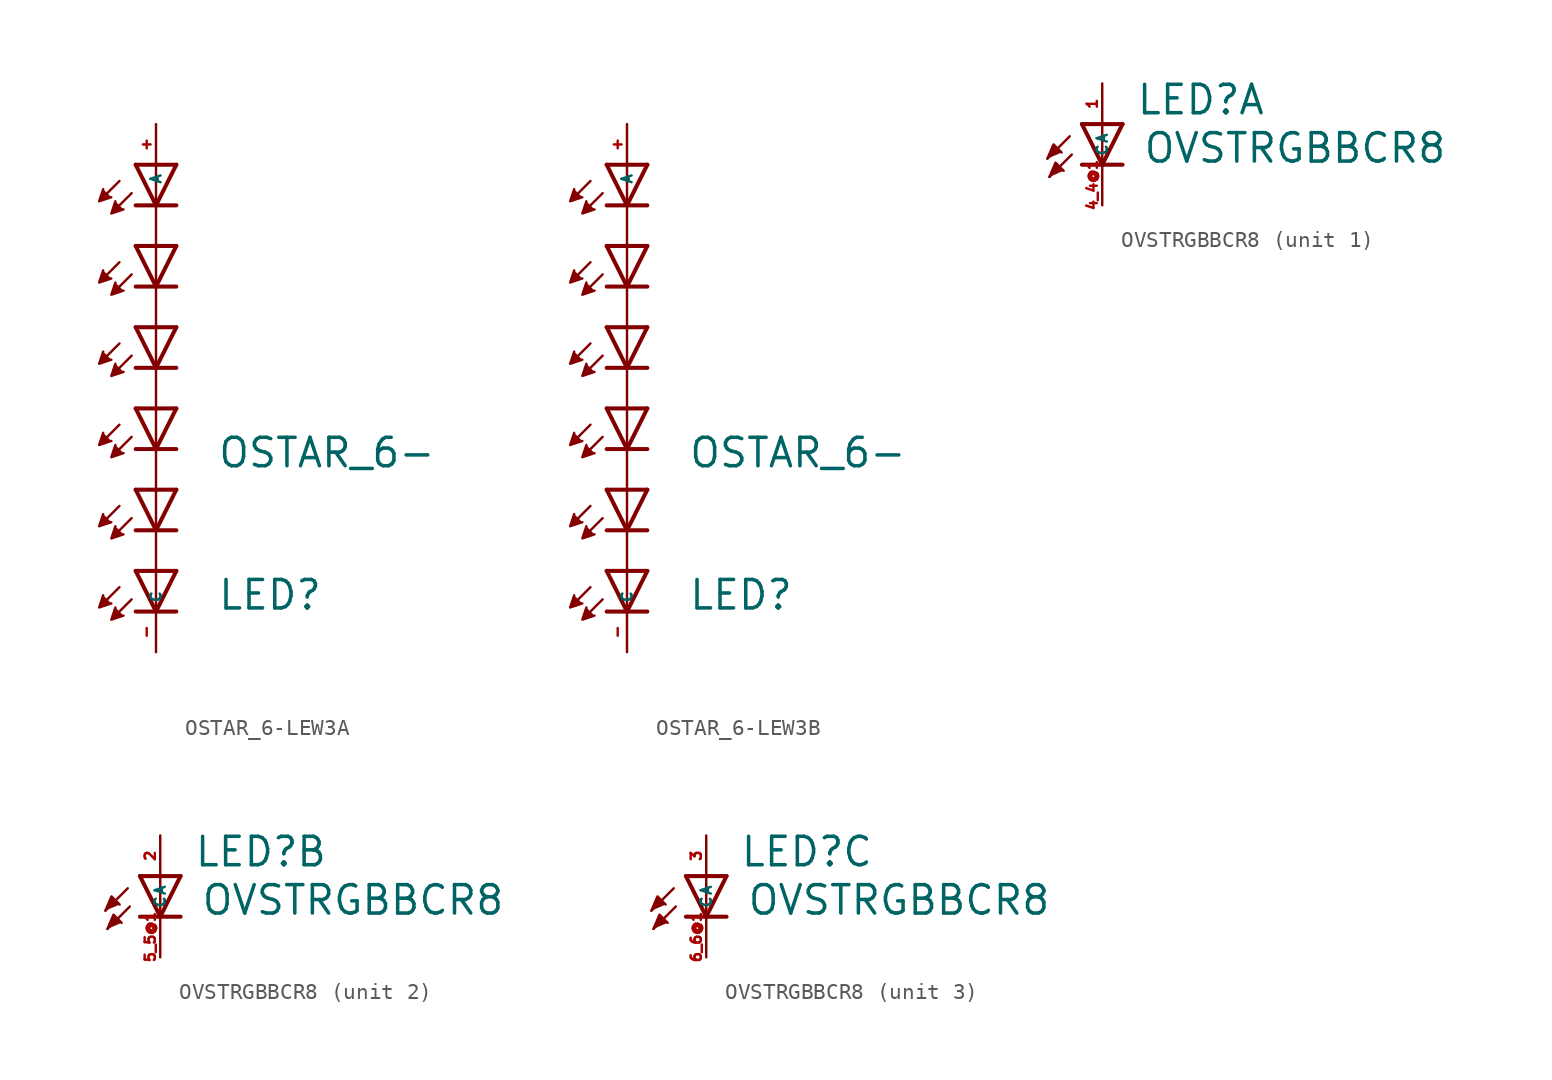
<source format=kicad_sym>
(kicad_symbol_lib
  (version 20220914)
  (generator kicad_symbol_editor)
  (symbol "OSTAR_6-LEW3A"
    (property "Reference" "LED"
      (at 3.81 -12.7 0)
      (effects (font (size 1.778 1.778) (thickness 0.22)) (justify left bottom)))
    (property "Value" "OSTAR_6-"
      (at 3.81 -3.81 0)
      (effects (font (size 1.778 1.778) (thickness 0.22)) (justify left bottom)))
    (symbol "OSTAR_6-LEW3A_1_1"
      (polyline (pts (xy -2.286 -11.176) (xy -3.175 -12.065)) (stroke (width 0.152) (type default)) (fill (type none)))
      (polyline (pts (xy -2.286 -6.096) (xy -3.175 -6.985)) (stroke (width 0.152) (type default)) (fill (type none)))
      (polyline (pts (xy -2.286 -1.016) (xy -3.175 -1.905)) (stroke (width 0.152) (type default)) (fill (type none)))
      (polyline (pts (xy -2.286 4.064) (xy -3.175 3.175)) (stroke (width 0.152) (type default)) (fill (type none)))
      (polyline (pts (xy -2.286 9.144) (xy -3.175 8.255)) (stroke (width 0.152) (type default)) (fill (type none)))
      (polyline (pts (xy -2.286 14.224) (xy -3.175 13.335)) (stroke (width 0.152) (type default)) (fill (type none)))
      (polyline (pts (xy -1.524 -11.938) (xy -2.413 -12.827)) (stroke (width 0.152) (type default)) (fill (type none)))
      (polyline (pts (xy -1.524 -6.858) (xy -2.413 -7.747)) (stroke (width 0.152) (type default)) (fill (type none)))
      (polyline (pts (xy -1.524 -1.778) (xy -2.413 -2.667)) (stroke (width 0.152) (type default)) (fill (type none)))
      (polyline (pts (xy -1.524 3.302) (xy -2.413 2.413)) (stroke (width 0.152) (type default)) (fill (type none)))
      (polyline (pts (xy -1.524 8.382) (xy -2.413 7.493)) (stroke (width 0.152) (type default)) (fill (type none)))
      (polyline (pts (xy -1.524 13.462) (xy -2.413 12.573)) (stroke (width 0.152) (type default)) (fill (type none)))
      (polyline (pts (xy 0 -12.7) (xy -1.27 -12.7)) (stroke (width 0.254) (type default)) (fill (type none)))
      (polyline (pts (xy 0 -12.7) (xy -1.27 -10.16)) (stroke (width 0.254) (type default)) (fill (type none)))
      (polyline (pts (xy 0 -10.16) (xy -1.27 -10.16)) (stroke (width 0.254) (type default)) (fill (type none)))
      (polyline (pts (xy 0 -10.16) (xy 0 -12.7)) (stroke (width 0.152) (type default)) (fill (type none)))
      (polyline (pts (xy 0 -7.62) (xy -1.27 -7.62)) (stroke (width 0.254) (type default)) (fill (type none)))
      (polyline (pts (xy 0 -7.62) (xy -1.27 -5.08)) (stroke (width 0.254) (type default)) (fill (type none)))
      (polyline (pts (xy 0 -7.62) (xy 0 -10.16)) (stroke (width 0.152) (type default)) (fill (type none)))
      (polyline (pts (xy 0 -5.08) (xy -1.27 -5.08)) (stroke (width 0.254) (type default)) (fill (type none)))
      (polyline (pts (xy 0 -5.08) (xy 0 -7.62)) (stroke (width 0.152) (type default)) (fill (type none)))
      (polyline (pts (xy 0 -2.54) (xy -1.27 -2.54)) (stroke (width 0.254) (type default)) (fill (type none)))
      (polyline (pts (xy 0 -2.54) (xy -1.27 0)) (stroke (width 0.254) (type default)) (fill (type none)))
      (polyline (pts (xy 0 -2.54) (xy 0 -5.08)) (stroke (width 0.152) (type default)) (fill (type none)))
      (polyline (pts (xy 0 0) (xy -1.27 0)) (stroke (width 0.254) (type default)) (fill (type none)))
      (polyline (pts (xy 0 0) (xy 0 -2.54)) (stroke (width 0.152) (type default)) (fill (type none)))
      (polyline (pts (xy 0 2.54) (xy -1.27 2.54)) (stroke (width 0.254) (type default)) (fill (type none)))
      (polyline (pts (xy 0 2.54) (xy -1.27 5.08)) (stroke (width 0.254) (type default)) (fill (type none)))
      (polyline (pts (xy 0 2.54) (xy 0 0)) (stroke (width 0.152) (type default)) (fill (type none)))
      (polyline (pts (xy 0 5.08) (xy -1.27 5.08)) (stroke (width 0.254) (type default)) (fill (type none)))
      (polyline (pts (xy 0 5.08) (xy 0 2.54)) (stroke (width 0.152) (type default)) (fill (type none)))
      (polyline (pts (xy 0 7.62) (xy -1.27 7.62)) (stroke (width 0.254) (type default)) (fill (type none)))
      (polyline (pts (xy 0 7.62) (xy -1.27 10.16)) (stroke (width 0.254) (type default)) (fill (type none)))
      (polyline (pts (xy 0 7.62) (xy 0 5.08)) (stroke (width 0.152) (type default)) (fill (type none)))
      (polyline (pts (xy 0 10.16) (xy -1.27 10.16)) (stroke (width 0.254) (type default)) (fill (type none)))
      (polyline (pts (xy 0 10.16) (xy 0 7.62)) (stroke (width 0.152) (type default)) (fill (type none)))
      (polyline (pts (xy 0 12.7) (xy -1.27 12.7)) (stroke (width 0.254) (type default)) (fill (type none)))
      (polyline (pts (xy 0 12.7) (xy -1.27 15.24)) (stroke (width 0.254) (type default)) (fill (type none)))
      (polyline (pts (xy 0 12.7) (xy 0 10.16)) (stroke (width 0.152) (type default)) (fill (type none)))
      (polyline (pts (xy 0 15.24) (xy -1.27 15.24)) (stroke (width 0.254) (type default)) (fill (type none)))
      (polyline (pts (xy 0 15.24) (xy 0 12.7)) (stroke (width 0.152) (type default)) (fill (type none)))
      (polyline (pts (xy 1.27 -12.7) (xy 0 -12.7)) (stroke (width 0.254) (type default)) (fill (type none)))
      (polyline (pts (xy 1.27 -10.16) (xy 0 -12.7)) (stroke (width 0.254) (type default)) (fill (type none)))
      (polyline (pts (xy 1.27 -10.16) (xy 0 -10.16)) (stroke (width 0.254) (type default)) (fill (type none)))
      (polyline (pts (xy 1.27 -7.62) (xy 0 -7.62)) (stroke (width 0.254) (type default)) (fill (type none)))
      (polyline (pts (xy 1.27 -5.08) (xy 0 -7.62)) (stroke (width 0.254) (type default)) (fill (type none)))
      (polyline (pts (xy 1.27 -5.08) (xy 0 -5.08)) (stroke (width 0.254) (type default)) (fill (type none)))
      (polyline (pts (xy 1.27 -2.54) (xy 0 -2.54)) (stroke (width 0.254) (type default)) (fill (type none)))
      (polyline (pts (xy 1.27 0) (xy 0 -2.54)) (stroke (width 0.254) (type default)) (fill (type none)))
      (polyline (pts (xy 1.27 0) (xy 0 0)) (stroke (width 0.254) (type default)) (fill (type none)))
      (polyline (pts (xy 1.27 2.54) (xy 0 2.54)) (stroke (width 0.254) (type default)) (fill (type none)))
      (polyline (pts (xy 1.27 5.08) (xy 0 2.54)) (stroke (width 0.254) (type default)) (fill (type none)))
      (polyline (pts (xy 1.27 5.08) (xy 0 5.08)) (stroke (width 0.254) (type default)) (fill (type none)))
      (polyline (pts (xy 1.27 7.62) (xy 0 7.62)) (stroke (width 0.254) (type default)) (fill (type none)))
      (polyline (pts (xy 1.27 10.16) (xy 0 7.62)) (stroke (width 0.254) (type default)) (fill (type none)))
      (polyline (pts (xy 1.27 10.16) (xy 0 10.16)) (stroke (width 0.254) (type default)) (fill (type none)))
      (polyline (pts (xy 1.27 12.7) (xy 0 12.7)) (stroke (width 0.254) (type default)) (fill (type none)))
      (polyline (pts (xy 1.27 15.24) (xy 0 12.7)) (stroke (width 0.254) (type default)) (fill (type none)))
      (polyline (pts (xy 1.27 15.24) (xy 0 15.24)) (stroke (width 0.254) (type default)) (fill (type none)))
      (polyline (pts (xy -3.302 -11.684) (xy -3.556 -12.446) (xy -2.794 -12.192)) (stroke (width 0.152) (type default)) (fill (type outline)))
      (polyline (pts (xy -3.302 -6.604) (xy -3.556 -7.366) (xy -2.794 -7.112)) (stroke (width 0.152) (type default)) (fill (type outline)))
      (polyline (pts (xy -3.302 -1.524) (xy -3.556 -2.286) (xy -2.794 -2.032)) (stroke (width 0.152) (type default)) (fill (type outline)))
      (polyline (pts (xy -3.302 3.556) (xy -3.556 2.794) (xy -2.794 3.048)) (stroke (width 0.152) (type default)) (fill (type outline)))
      (polyline (pts (xy -3.302 8.636) (xy -3.556 7.874) (xy -2.794 8.128)) (stroke (width 0.152) (type default)) (fill (type outline)))
      (polyline (pts (xy -3.302 13.716) (xy -3.556 12.954) (xy -2.794 13.208)) (stroke (width 0.152) (type default)) (fill (type outline)))
      (polyline (pts (xy -2.54 -12.446) (xy -2.794 -13.208) (xy -2.032 -12.954)) (stroke (width 0.152) (type default)) (fill (type outline)))
      (polyline (pts (xy -2.54 -7.366) (xy -2.794 -8.128) (xy -2.032 -7.874)) (stroke (width 0.152) (type default)) (fill (type outline)))
      (polyline (pts (xy -2.54 -2.286) (xy -2.794 -3.048) (xy -2.032 -2.794)) (stroke (width 0.152) (type default)) (fill (type outline)))
      (polyline (pts (xy -2.54 2.794) (xy -2.794 2.032) (xy -2.032 2.286)) (stroke (width 0.152) (type default)) (fill (type outline)))
      (polyline (pts (xy -2.54 7.874) (xy -2.794 7.112) (xy -2.032 7.366)) (stroke (width 0.152) (type default)) (fill (type outline)))
      (polyline (pts (xy -2.54 12.954) (xy -2.794 12.192) (xy -2.032 12.446)) (stroke (width 0.152) (type default)) (fill (type outline)))
      (pin passive line (at 0 17.78 270) (length 2.54) (name "A" (effects (font (size 0.635 0.635)))) (number "+" (effects (font (size 0.635 0.635)))))
      (pin passive line (at 0 -15.24 90) (length 2.54) (name "C" (effects (font (size 0.635 0.635)))) (number "-" (effects (font (size 0.635 0.635)))))))
  (symbol "OSTAR_6-LEW3B"
    (property "Reference" "LED"
      (at 3.81 -12.7 0)
      (effects (font (size 1.778 1.778) (thickness 0.22)) (justify left bottom)))
    (property "Value" "OSTAR_6-"
      (at 3.81 -3.81 0)
      (effects (font (size 1.778 1.778) (thickness 0.22)) (justify left bottom)))
    (symbol "OSTAR_6-LEW3B_1_1"
      (polyline (pts (xy -2.286 -11.176) (xy -3.175 -12.065)) (stroke (width 0.152) (type default)) (fill (type none)))
      (polyline (pts (xy -2.286 -6.096) (xy -3.175 -6.985)) (stroke (width 0.152) (type default)) (fill (type none)))
      (polyline (pts (xy -2.286 -1.016) (xy -3.175 -1.905)) (stroke (width 0.152) (type default)) (fill (type none)))
      (polyline (pts (xy -2.286 4.064) (xy -3.175 3.175)) (stroke (width 0.152) (type default)) (fill (type none)))
      (polyline (pts (xy -2.286 9.144) (xy -3.175 8.255)) (stroke (width 0.152) (type default)) (fill (type none)))
      (polyline (pts (xy -2.286 14.224) (xy -3.175 13.335)) (stroke (width 0.152) (type default)) (fill (type none)))
      (polyline (pts (xy -1.524 -11.938) (xy -2.413 -12.827)) (stroke (width 0.152) (type default)) (fill (type none)))
      (polyline (pts (xy -1.524 -6.858) (xy -2.413 -7.747)) (stroke (width 0.152) (type default)) (fill (type none)))
      (polyline (pts (xy -1.524 -1.778) (xy -2.413 -2.667)) (stroke (width 0.152) (type default)) (fill (type none)))
      (polyline (pts (xy -1.524 3.302) (xy -2.413 2.413)) (stroke (width 0.152) (type default)) (fill (type none)))
      (polyline (pts (xy -1.524 8.382) (xy -2.413 7.493)) (stroke (width 0.152) (type default)) (fill (type none)))
      (polyline (pts (xy -1.524 13.462) (xy -2.413 12.573)) (stroke (width 0.152) (type default)) (fill (type none)))
      (polyline (pts (xy 0 -12.7) (xy -1.27 -12.7)) (stroke (width 0.254) (type default)) (fill (type none)))
      (polyline (pts (xy 0 -12.7) (xy -1.27 -10.16)) (stroke (width 0.254) (type default)) (fill (type none)))
      (polyline (pts (xy 0 -10.16) (xy -1.27 -10.16)) (stroke (width 0.254) (type default)) (fill (type none)))
      (polyline (pts (xy 0 -10.16) (xy 0 -12.7)) (stroke (width 0.152) (type default)) (fill (type none)))
      (polyline (pts (xy 0 -7.62) (xy -1.27 -7.62)) (stroke (width 0.254) (type default)) (fill (type none)))
      (polyline (pts (xy 0 -7.62) (xy -1.27 -5.08)) (stroke (width 0.254) (type default)) (fill (type none)))
      (polyline (pts (xy 0 -7.62) (xy 0 -10.16)) (stroke (width 0.152) (type default)) (fill (type none)))
      (polyline (pts (xy 0 -5.08) (xy -1.27 -5.08)) (stroke (width 0.254) (type default)) (fill (type none)))
      (polyline (pts (xy 0 -5.08) (xy 0 -7.62)) (stroke (width 0.152) (type default)) (fill (type none)))
      (polyline (pts (xy 0 -2.54) (xy -1.27 -2.54)) (stroke (width 0.254) (type default)) (fill (type none)))
      (polyline (pts (xy 0 -2.54) (xy -1.27 0)) (stroke (width 0.254) (type default)) (fill (type none)))
      (polyline (pts (xy 0 -2.54) (xy 0 -5.08)) (stroke (width 0.152) (type default)) (fill (type none)))
      (polyline (pts (xy 0 0) (xy -1.27 0)) (stroke (width 0.254) (type default)) (fill (type none)))
      (polyline (pts (xy 0 0) (xy 0 -2.54)) (stroke (width 0.152) (type default)) (fill (type none)))
      (polyline (pts (xy 0 2.54) (xy -1.27 2.54)) (stroke (width 0.254) (type default)) (fill (type none)))
      (polyline (pts (xy 0 2.54) (xy -1.27 5.08)) (stroke (width 0.254) (type default)) (fill (type none)))
      (polyline (pts (xy 0 2.54) (xy 0 0)) (stroke (width 0.152) (type default)) (fill (type none)))
      (polyline (pts (xy 0 5.08) (xy -1.27 5.08)) (stroke (width 0.254) (type default)) (fill (type none)))
      (polyline (pts (xy 0 5.08) (xy 0 2.54)) (stroke (width 0.152) (type default)) (fill (type none)))
      (polyline (pts (xy 0 7.62) (xy -1.27 7.62)) (stroke (width 0.254) (type default)) (fill (type none)))
      (polyline (pts (xy 0 7.62) (xy -1.27 10.16)) (stroke (width 0.254) (type default)) (fill (type none)))
      (polyline (pts (xy 0 7.62) (xy 0 5.08)) (stroke (width 0.152) (type default)) (fill (type none)))
      (polyline (pts (xy 0 10.16) (xy -1.27 10.16)) (stroke (width 0.254) (type default)) (fill (type none)))
      (polyline (pts (xy 0 10.16) (xy 0 7.62)) (stroke (width 0.152) (type default)) (fill (type none)))
      (polyline (pts (xy 0 12.7) (xy -1.27 12.7)) (stroke (width 0.254) (type default)) (fill (type none)))
      (polyline (pts (xy 0 12.7) (xy -1.27 15.24)) (stroke (width 0.254) (type default)) (fill (type none)))
      (polyline (pts (xy 0 12.7) (xy 0 10.16)) (stroke (width 0.152) (type default)) (fill (type none)))
      (polyline (pts (xy 0 15.24) (xy -1.27 15.24)) (stroke (width 0.254) (type default)) (fill (type none)))
      (polyline (pts (xy 0 15.24) (xy 0 12.7)) (stroke (width 0.152) (type default)) (fill (type none)))
      (polyline (pts (xy 1.27 -12.7) (xy 0 -12.7)) (stroke (width 0.254) (type default)) (fill (type none)))
      (polyline (pts (xy 1.27 -10.16) (xy 0 -12.7)) (stroke (width 0.254) (type default)) (fill (type none)))
      (polyline (pts (xy 1.27 -10.16) (xy 0 -10.16)) (stroke (width 0.254) (type default)) (fill (type none)))
      (polyline (pts (xy 1.27 -7.62) (xy 0 -7.62)) (stroke (width 0.254) (type default)) (fill (type none)))
      (polyline (pts (xy 1.27 -5.08) (xy 0 -7.62)) (stroke (width 0.254) (type default)) (fill (type none)))
      (polyline (pts (xy 1.27 -5.08) (xy 0 -5.08)) (stroke (width 0.254) (type default)) (fill (type none)))
      (polyline (pts (xy 1.27 -2.54) (xy 0 -2.54)) (stroke (width 0.254) (type default)) (fill (type none)))
      (polyline (pts (xy 1.27 0) (xy 0 -2.54)) (stroke (width 0.254) (type default)) (fill (type none)))
      (polyline (pts (xy 1.27 0) (xy 0 0)) (stroke (width 0.254) (type default)) (fill (type none)))
      (polyline (pts (xy 1.27 2.54) (xy 0 2.54)) (stroke (width 0.254) (type default)) (fill (type none)))
      (polyline (pts (xy 1.27 5.08) (xy 0 2.54)) (stroke (width 0.254) (type default)) (fill (type none)))
      (polyline (pts (xy 1.27 5.08) (xy 0 5.08)) (stroke (width 0.254) (type default)) (fill (type none)))
      (polyline (pts (xy 1.27 7.62) (xy 0 7.62)) (stroke (width 0.254) (type default)) (fill (type none)))
      (polyline (pts (xy 1.27 10.16) (xy 0 7.62)) (stroke (width 0.254) (type default)) (fill (type none)))
      (polyline (pts (xy 1.27 10.16) (xy 0 10.16)) (stroke (width 0.254) (type default)) (fill (type none)))
      (polyline (pts (xy 1.27 12.7) (xy 0 12.7)) (stroke (width 0.254) (type default)) (fill (type none)))
      (polyline (pts (xy 1.27 15.24) (xy 0 12.7)) (stroke (width 0.254) (type default)) (fill (type none)))
      (polyline (pts (xy 1.27 15.24) (xy 0 15.24)) (stroke (width 0.254) (type default)) (fill (type none)))
      (polyline (pts (xy -3.302 -11.684) (xy -3.556 -12.446) (xy -2.794 -12.192)) (stroke (width 0.152) (type default)) (fill (type outline)))
      (polyline (pts (xy -3.302 -6.604) (xy -3.556 -7.366) (xy -2.794 -7.112)) (stroke (width 0.152) (type default)) (fill (type outline)))
      (polyline (pts (xy -3.302 -1.524) (xy -3.556 -2.286) (xy -2.794 -2.032)) (stroke (width 0.152) (type default)) (fill (type outline)))
      (polyline (pts (xy -3.302 3.556) (xy -3.556 2.794) (xy -2.794 3.048)) (stroke (width 0.152) (type default)) (fill (type outline)))
      (polyline (pts (xy -3.302 8.636) (xy -3.556 7.874) (xy -2.794 8.128)) (stroke (width 0.152) (type default)) (fill (type outline)))
      (polyline (pts (xy -3.302 13.716) (xy -3.556 12.954) (xy -2.794 13.208)) (stroke (width 0.152) (type default)) (fill (type outline)))
      (polyline (pts (xy -2.54 -12.446) (xy -2.794 -13.208) (xy -2.032 -12.954)) (stroke (width 0.152) (type default)) (fill (type outline)))
      (polyline (pts (xy -2.54 -7.366) (xy -2.794 -8.128) (xy -2.032 -7.874)) (stroke (width 0.152) (type default)) (fill (type outline)))
      (polyline (pts (xy -2.54 -2.286) (xy -2.794 -3.048) (xy -2.032 -2.794)) (stroke (width 0.152) (type default)) (fill (type outline)))
      (polyline (pts (xy -2.54 2.794) (xy -2.794 2.032) (xy -2.032 2.286)) (stroke (width 0.152) (type default)) (fill (type outline)))
      (polyline (pts (xy -2.54 7.874) (xy -2.794 7.112) (xy -2.032 7.366)) (stroke (width 0.152) (type default)) (fill (type outline)))
      (polyline (pts (xy -2.54 12.954) (xy -2.794 12.192) (xy -2.032 12.446)) (stroke (width 0.152) (type default)) (fill (type outline)))
      (pin passive line (at 0 17.78 270) (length 2.54) (name "A" (effects (font (size 0.635 0.635)))) (number "+" (effects (font (size 0.635 0.635)))))
      (pin passive line (at 0 -15.24 90) (length 2.54) (name "C" (effects (font (size 0.635 0.635)))) (number "-" (effects (font (size 0.635 0.635)))))))
  (symbol "OVSTRGBBCR8"
    (property "Reference" "LED"
      (at 2.083 0.483 0)
      (effects (font (size 1.778 1.778) (thickness 0.22)) (justify left bottom)))
    (property "Value" "OVSTRGBBCR8"
      (at 2.515 -2.54 0)
      (effects (font (size 1.778 1.778) (thickness 0.22)) (justify left bottom)))
    (symbol "OVSTRGBBCR8_1_0"
      (polyline (pts (xy -2.032 -0.762) (xy -3.429 -2.159)) (stroke (width 0.152) (type default)) (fill (type none)))
      (polyline (pts (xy -1.905 -1.905) (xy -3.302 -3.302)) (stroke (width 0.152) (type default)) (fill (type none)))
      (polyline (pts (xy 0 -2.54) (xy -1.27 -2.54)) (stroke (width 0.254) (type default)) (fill (type none)))
      (polyline (pts (xy 0 -2.54) (xy -1.27 0)) (stroke (width 0.254) (type default)) (fill (type none)))
      (polyline (pts (xy 0 0) (xy -1.27 0)) (stroke (width 0.254) (type default)) (fill (type none)))
      (polyline (pts (xy 0 0) (xy 0 -2.54)) (stroke (width 0.152) (type default)) (fill (type none)))
      (polyline (pts (xy 1.27 -2.54) (xy 0 -2.54)) (stroke (width 0.254) (type default)) (fill (type none)))
      (polyline (pts (xy 1.27 0) (xy 0 -2.54)) (stroke (width 0.254) (type default)) (fill (type none)))
      (polyline (pts (xy 1.27 0) (xy 0 0)) (stroke (width 0.254) (type default)) (fill (type none)))
      (polyline (pts (xy -3.429 -2.159) (xy -3.048 -1.27) (xy -2.54 -1.778)) (stroke (width 0.152) (type default)) (fill (type outline)))
      (polyline (pts (xy -3.302 -3.302) (xy -2.921 -2.413) (xy -2.413 -2.921)) (stroke (width 0.152) (type default)) (fill (type outline)))
      (pin passive line (at 0 2.54 270) (length 2.54) (name "A" (effects (font (size 0.635 0.635)))) (number "1" (effects (font (size 0.635 0.635)))))
      (pin passive line (at 0 -5.08 90) (length 2.54) (name "C" (effects (font (size 0.635 0.635)))) (number "4_4@1" (effects (font (size 0.635 0.635))))))
    (symbol "OVSTRGBBCR8_2_0"
      (polyline (pts (xy -2.032 -0.762) (xy -3.429 -2.159)) (stroke (width 0.152) (type default)) (fill (type none)))
      (polyline (pts (xy -1.905 -1.905) (xy -3.302 -3.302)) (stroke (width 0.152) (type default)) (fill (type none)))
      (polyline (pts (xy 0 -2.54) (xy -1.27 -2.54)) (stroke (width 0.254) (type default)) (fill (type none)))
      (polyline (pts (xy 0 -2.54) (xy -1.27 0)) (stroke (width 0.254) (type default)) (fill (type none)))
      (polyline (pts (xy 0 0) (xy -1.27 0)) (stroke (width 0.254) (type default)) (fill (type none)))
      (polyline (pts (xy 0 0) (xy 0 -2.54)) (stroke (width 0.152) (type default)) (fill (type none)))
      (polyline (pts (xy 1.27 -2.54) (xy 0 -2.54)) (stroke (width 0.254) (type default)) (fill (type none)))
      (polyline (pts (xy 1.27 0) (xy 0 -2.54)) (stroke (width 0.254) (type default)) (fill (type none)))
      (polyline (pts (xy 1.27 0) (xy 0 0)) (stroke (width 0.254) (type default)) (fill (type none)))
      (polyline (pts (xy -3.429 -2.159) (xy -3.048 -1.27) (xy -2.54 -1.778)) (stroke (width 0.152) (type default)) (fill (type outline)))
      (polyline (pts (xy -3.302 -3.302) (xy -2.921 -2.413) (xy -2.413 -2.921)) (stroke (width 0.152) (type default)) (fill (type outline)))
      (pin passive line (at 0 2.54 270) (length 2.54) (name "A" (effects (font (size 0.635 0.635)))) (number "2" (effects (font (size 0.635 0.635)))))
      (pin passive line (at 0 -5.08 90) (length 2.54) (name "C" (effects (font (size 0.635 0.635)))) (number "5_5@1" (effects (font (size 0.635 0.635))))))
    (symbol "OVSTRGBBCR8_3_0"
      (polyline (pts (xy -2.032 -0.762) (xy -3.429 -2.159)) (stroke (width 0.152) (type default)) (fill (type none)))
      (polyline (pts (xy -1.905 -1.905) (xy -3.302 -3.302)) (stroke (width 0.152) (type default)) (fill (type none)))
      (polyline (pts (xy 0 -2.54) (xy -1.27 -2.54)) (stroke (width 0.254) (type default)) (fill (type none)))
      (polyline (pts (xy 0 -2.54) (xy -1.27 0)) (stroke (width 0.254) (type default)) (fill (type none)))
      (polyline (pts (xy 0 0) (xy -1.27 0)) (stroke (width 0.254) (type default)) (fill (type none)))
      (polyline (pts (xy 0 0) (xy 0 -2.54)) (stroke (width 0.152) (type default)) (fill (type none)))
      (polyline (pts (xy 1.27 -2.54) (xy 0 -2.54)) (stroke (width 0.254) (type default)) (fill (type none)))
      (polyline (pts (xy 1.27 0) (xy 0 -2.54)) (stroke (width 0.254) (type default)) (fill (type none)))
      (polyline (pts (xy 1.27 0) (xy 0 0)) (stroke (width 0.254) (type default)) (fill (type none)))
      (polyline (pts (xy -3.429 -2.159) (xy -3.048 -1.27) (xy -2.54 -1.778)) (stroke (width 0.152) (type default)) (fill (type outline)))
      (polyline (pts (xy -3.302 -3.302) (xy -2.921 -2.413) (xy -2.413 -2.921)) (stroke (width 0.152) (type default)) (fill (type outline)))
      (pin passive line (at 0 2.54 270) (length 2.54) (name "A" (effects (font (size 0.635 0.635)))) (number "3" (effects (font (size 0.635 0.635)))))
      (pin passive line (at 0 -5.08 90) (length 2.54) (name "C" (effects (font (size 0.635 0.635)))) (number "6_6@1" (effects (font (size 0.635 0.635))))))))
</source>
